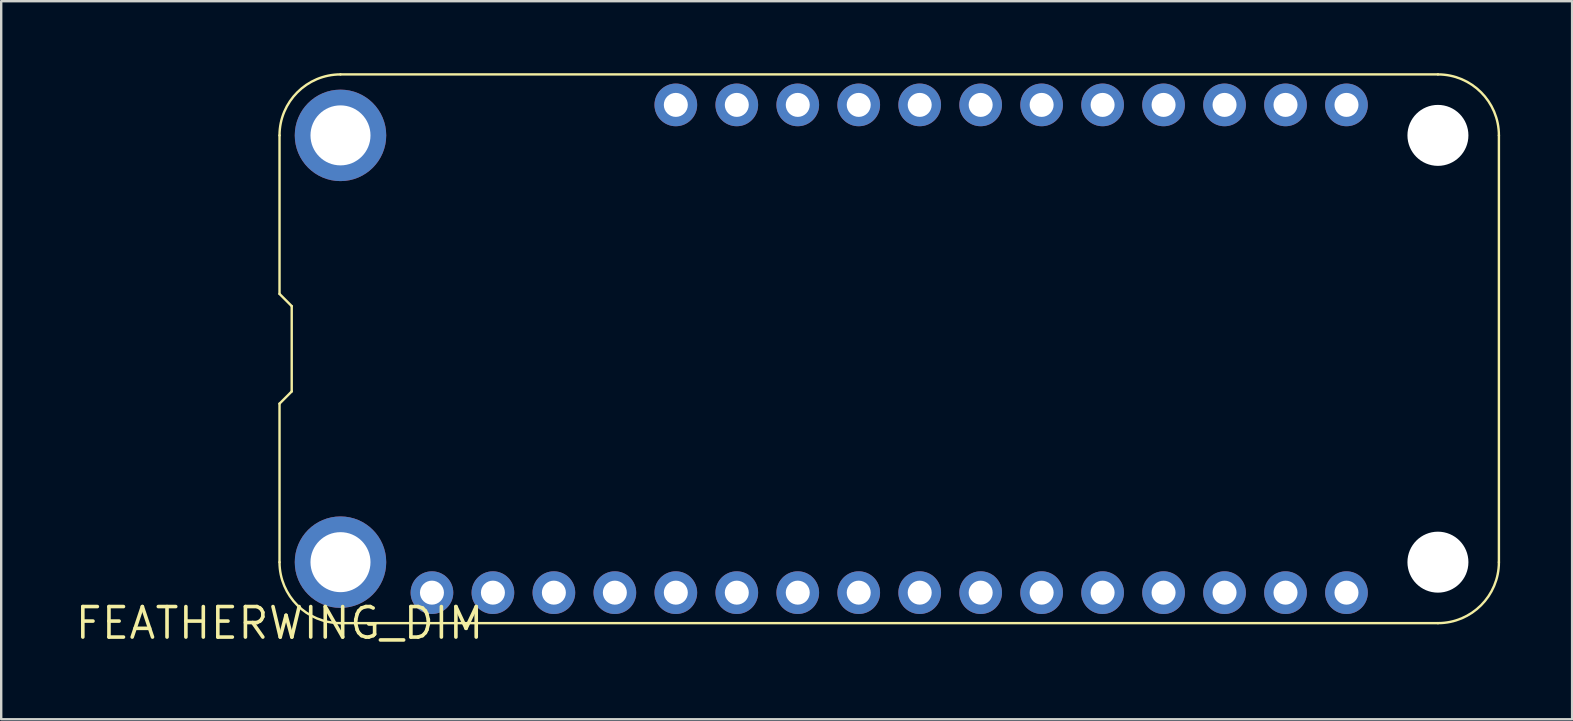
<source format=kicad_pcb>
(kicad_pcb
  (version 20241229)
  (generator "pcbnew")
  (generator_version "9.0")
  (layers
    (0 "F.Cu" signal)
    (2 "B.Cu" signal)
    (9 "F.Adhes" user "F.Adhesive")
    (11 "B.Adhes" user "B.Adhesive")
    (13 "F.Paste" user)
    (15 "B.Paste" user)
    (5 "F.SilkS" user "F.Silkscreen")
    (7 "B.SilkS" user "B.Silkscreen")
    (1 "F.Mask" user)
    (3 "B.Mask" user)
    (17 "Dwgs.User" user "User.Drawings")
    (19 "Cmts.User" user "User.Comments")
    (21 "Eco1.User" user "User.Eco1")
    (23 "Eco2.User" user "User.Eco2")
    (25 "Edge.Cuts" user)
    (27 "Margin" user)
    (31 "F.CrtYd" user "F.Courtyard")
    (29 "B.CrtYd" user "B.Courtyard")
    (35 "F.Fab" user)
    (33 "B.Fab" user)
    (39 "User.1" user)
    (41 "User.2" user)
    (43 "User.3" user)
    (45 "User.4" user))
  (footprint "FEATHERWING_DIM"
    (layer "F.Cu")
    (at 8.595 22.91)
    (property "Reference" "FEATHERWING_DIM" (at 0 0 0) (layer "F.SilkS") (effects (font (size 1.27 1.27) (thickness 0.15))))
    (attr through_hole)
    (fp_line (start 0 -20.32) (end 0 -13.716) (stroke (width 0.1) (type solid)) (layer "F.SilkS"))
    (fp_line (start 0 -13.716) (end 0.508 -13.208) (stroke (width 0.1) (type solid)) (layer "F.SilkS"))
    (fp_line (start 0 -9.144) (end 0 -2.54) (stroke (width 0.1) (type solid)) (layer "F.SilkS"))
    (fp_line (start 0.508 -13.208) (end 0.508 -9.652) (stroke (width 0.1) (type solid)) (layer "F.SilkS"))
    (fp_line (start 0.508 -9.652) (end 0 -9.144) (stroke (width 0.1) (type solid)) (layer "F.SilkS"))
    (fp_line (start 2.54 0) (end 48.26 0) (stroke (width 0.1) (type solid)) (layer "F.SilkS"))
    (fp_line (start 48.26 -22.86) (end 2.54 -22.86) (stroke (width 0.1) (type solid)) (layer "F.SilkS"))
    (fp_line (start 50.8 -2.54) (end 50.8 -20.32) (stroke (width 0.1) (type solid)) (layer "F.SilkS"))
    (fp_arc (start 0 -20.32) (mid 0.743949 -22.116051) (end 2.54 -22.86) (stroke (width 0.1) (type solid)) (layer "F.SilkS"))
    (fp_arc (start 2.54 0) (mid 0.743949 -0.743949) (end 0 -2.54) (stroke (width 0.1) (type solid)) (layer "F.SilkS"))
    (fp_arc (start 48.26 -22.86) (mid 50.056051 -22.116051) (end 50.8 -20.32) (stroke (width 0.1) (type solid)) (layer "F.SilkS"))
    (fp_arc (start 50.8 -2.54) (mid 50.056051 -0.743949) (end 48.26 0) (stroke (width 0.1) (type solid)) (layer "F.SilkS"))
    (pad "" np_thru_hole circle (at 48.26 -20.32) (size 2.54 2.54) (drill 2.54) (layers "*.Cu"))
    (pad "" np_thru_hole circle (at 48.26 -2.54) (size 2.54 2.54) (drill 2.54) (layers "*.Cu"))
    (pad "1" thru_hole circle (at 6.35 -1.27) (size 1.778 1.778) (drill 1) (layers "*.Cu" "*.Mask"))
    (pad "2" thru_hole circle (at 8.89 -1.27) (size 1.778 1.778) (drill 1) (layers "*.Cu" "*.Mask"))
    (pad "3" thru_hole circle (at 11.43 -1.27) (size 1.778 1.778) (drill 1) (layers "*.Cu" "*.Mask"))
    (pad "4" thru_hole circle (at 13.97 -1.27) (size 1.778 1.778) (drill 1) (layers "*.Cu" "*.Mask"))
    (pad "5" thru_hole circle (at 16.51 -1.27) (size 1.778 1.778) (drill 1) (layers "*.Cu" "*.Mask"))
    (pad "6" thru_hole circle (at 19.05 -1.27) (size 1.778 1.778) (drill 1) (layers "*.Cu" "*.Mask"))
    (pad "7" thru_hole circle (at 21.59 -1.27) (size 1.778 1.778) (drill 1) (layers "*.Cu" "*.Mask"))
    (pad "8" thru_hole circle (at 24.13 -1.27) (size 1.778 1.778) (drill 1) (layers "*.Cu" "*.Mask"))
    (pad "9" thru_hole circle (at 26.67 -1.27) (size 1.778 1.778) (drill 1) (layers "*.Cu" "*.Mask"))
    (pad "10" thru_hole circle (at 29.21 -1.27) (size 1.778 1.778) (drill 1) (layers "*.Cu" "*.Mask"))
    (pad "11" thru_hole circle (at 31.75 -1.27) (size 1.778 1.778) (drill 1) (layers "*.Cu" "*.Mask"))
    (pad "12" thru_hole circle (at 34.29 -1.27) (size 1.778 1.778) (drill 1) (layers "*.Cu" "*.Mask"))
    (pad "13" thru_hole circle (at 36.83 -1.27) (size 1.778 1.778) (drill 1) (layers "*.Cu" "*.Mask"))
    (pad "14" thru_hole circle (at 39.37 -1.27) (size 1.778 1.778) (drill 1) (layers "*.Cu" "*.Mask"))
    (pad "15" thru_hole circle (at 41.91 -1.27) (size 1.778 1.778) (drill 1) (layers "*.Cu" "*.Mask"))
    (pad "16" thru_hole circle (at 44.45 -1.27) (size 1.778 1.778) (drill 1) (layers "*.Cu" "*.Mask"))
    (pad "17" thru_hole circle (at 44.45 -21.59) (size 1.778 1.778) (drill 1) (layers "*.Cu" "*.Mask"))
    (pad "18" thru_hole circle (at 41.91 -21.59) (size 1.778 1.778) (drill 1) (layers "*.Cu" "*.Mask"))
    (pad "19" thru_hole circle (at 39.37 -21.59) (size 1.778 1.778) (drill 1) (layers "*.Cu" "*.Mask"))
    (pad "20" thru_hole circle (at 36.83 -21.59) (size 1.778 1.778) (drill 1) (layers "*.Cu" "*.Mask"))
    (pad "21" thru_hole circle (at 34.29 -21.59) (size 1.778 1.778) (drill 1) (layers "*.Cu" "*.Mask"))
    (pad "22" thru_hole circle (at 31.75 -21.59) (size 1.778 1.778) (drill 1) (layers "*.Cu" "*.Mask"))
    (pad "23" thru_hole circle (at 29.21 -21.59) (size 1.778 1.778) (drill 1) (layers "*.Cu" "*.Mask"))
    (pad "24" thru_hole circle (at 26.67 -21.59) (size 1.778 1.778) (drill 1) (layers "*.Cu" "*.Mask"))
    (pad "25" thru_hole circle (at 24.13 -21.59) (size 1.778 1.778) (drill 1) (layers "*.Cu" "*.Mask"))
    (pad "26" thru_hole circle (at 21.59 -21.59) (size 1.778 1.778) (drill 1) (layers "*.Cu" "*.Mask"))
    (pad "27" thru_hole circle (at 19.05 -21.59) (size 1.778 1.778) (drill 1) (layers "*.Cu" "*.Mask"))
    (pad "28" thru_hole circle (at 16.51 -21.59) (size 1.778 1.778) (drill 1) (layers "*.Cu" "*.Mask"))
    (pad "P$1" thru_hole circle (at 2.54 -20.32) (size 3.81 3.81) (drill 2.5) (layers "*.Cu" "*.Mask"))
    (pad "P$2" thru_hole circle (at 2.54 -2.54) (size 3.81 3.81) (drill 2.5) (layers "*.Cu" "*.Mask")))
  (gr_rect
    (start -3 -3)
    (end 62.445 26.916)
    (stroke (width 0.1) (type default))
    (fill no)
    (layer "Edge.Cuts")))
</source>
